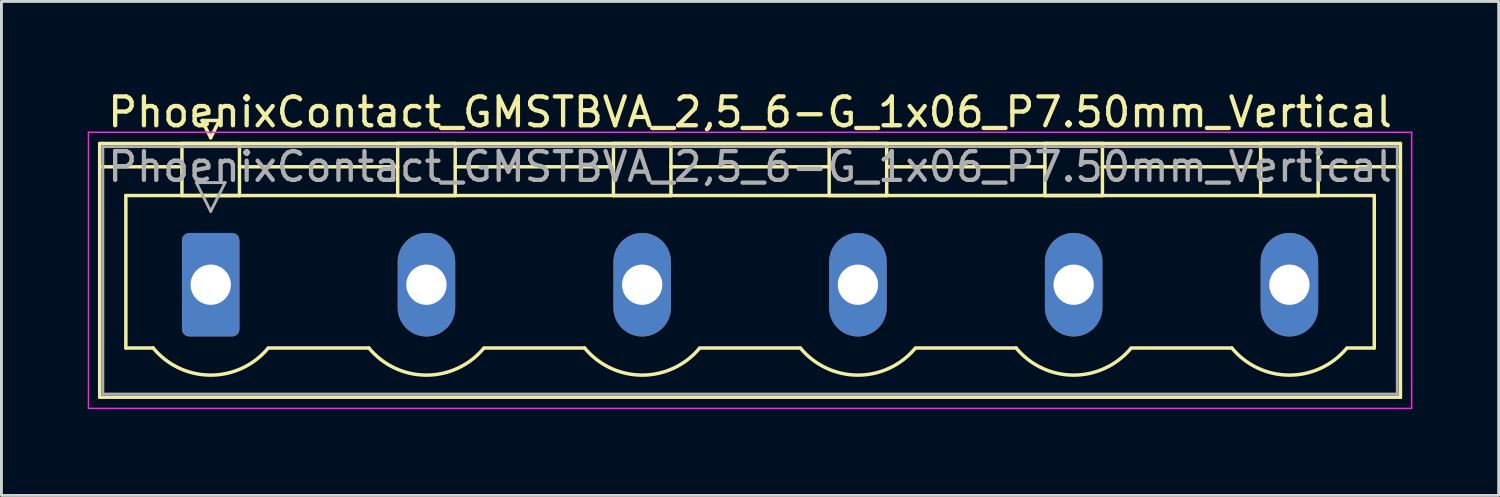
<source format=kicad_pcb>
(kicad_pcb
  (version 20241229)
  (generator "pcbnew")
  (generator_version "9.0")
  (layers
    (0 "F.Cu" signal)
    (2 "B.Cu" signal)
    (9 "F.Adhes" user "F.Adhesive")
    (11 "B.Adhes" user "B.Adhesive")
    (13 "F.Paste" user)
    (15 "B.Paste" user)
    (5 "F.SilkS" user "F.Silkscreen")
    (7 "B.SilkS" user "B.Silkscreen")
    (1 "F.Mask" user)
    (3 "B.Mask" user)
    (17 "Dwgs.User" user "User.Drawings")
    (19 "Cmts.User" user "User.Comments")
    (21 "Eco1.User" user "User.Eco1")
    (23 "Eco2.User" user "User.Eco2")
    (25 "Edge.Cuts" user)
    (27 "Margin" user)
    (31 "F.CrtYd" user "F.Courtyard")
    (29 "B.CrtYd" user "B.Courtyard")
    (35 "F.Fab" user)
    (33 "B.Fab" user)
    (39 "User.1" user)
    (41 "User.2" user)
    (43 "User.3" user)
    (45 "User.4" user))
  (footprint "PhoenixContact_GMSTBVA_2,5_6-G_1x06_P7.50mm_Vertical"
    (layer "F.Cu")
    (at 4.275 6.848)
    (property "Reference" "PhoenixContact_GMSTBVA_2,5_6-G_1x06_P7.50mm_Vertical" (at 18.75 -6 0) (layer "F.SilkS") (effects (font (size 1 1) (thickness 0.15))))
    (attr through_hole)
    (fp_line (start -3.86 -4.91) (end -3.86 3.91) (stroke (width 0.12) (type solid)) (layer "F.SilkS"))
    (fp_line (start -3.86 -4.1) (end -1.11 -4.1) (stroke (width 0.12) (type solid)) (layer "F.SilkS"))
    (fp_line (start -3.86 3.91) (end 41.36 3.91) (stroke (width 0.12) (type solid)) (layer "F.SilkS"))
    (fp_line (start -2.95 -3.1) (end 40.45 -3.1) (stroke (width 0.12) (type solid)) (layer "F.SilkS"))
    (fp_line (start -2.95 2.2) (end -2.95 -3.1) (stroke (width 0.12) (type solid)) (layer "F.SilkS"))
    (fp_line (start -2 2.2) (end -2.95 2.2) (stroke (width 0.12) (type solid)) (layer "F.SilkS"))
    (fp_line (start -1 -4.91) (end 1 -4.91) (stroke (width 0.12) (type solid)) (layer "F.SilkS"))
    (fp_line (start -1 -3.1) (end -1 -4.91) (stroke (width 0.12) (type solid)) (layer "F.SilkS"))
    (fp_line (start -0.3 -5.71) (end 0.3 -5.71) (stroke (width 0.12) (type solid)) (layer "F.SilkS"))
    (fp_line (start 0 -5.11) (end -0.3 -5.71) (stroke (width 0.12) (type solid)) (layer "F.SilkS"))
    (fp_line (start 0.3 -5.71) (end 0 -5.11) (stroke (width 0.12) (type solid)) (layer "F.SilkS"))
    (fp_line (start 1 -4.91) (end 1 -3.1) (stroke (width 0.12) (type solid)) (layer "F.SilkS"))
    (fp_line (start 1 -4.1) (end 6.5 -4.1) (stroke (width 0.12) (type solid)) (layer "F.SilkS"))
    (fp_line (start 1 -3.1) (end -1 -3.1) (stroke (width 0.12) (type solid)) (layer "F.SilkS"))
    (fp_line (start 2 2.2) (end 5.5 2.2) (stroke (width 0.12) (type solid)) (layer "F.SilkS"))
    (fp_line (start 6.5 -4.91) (end 8.5 -4.91) (stroke (width 0.12) (type solid)) (layer "F.SilkS"))
    (fp_line (start 6.5 -3.1) (end 6.5 -4.91) (stroke (width 0.12) (type solid)) (layer "F.SilkS"))
    (fp_line (start 8.5 -4.91) (end 8.5 -3.1) (stroke (width 0.12) (type solid)) (layer "F.SilkS"))
    (fp_line (start 8.5 -4.1) (end 14 -4.1) (stroke (width 0.12) (type solid)) (layer "F.SilkS"))
    (fp_line (start 8.5 -3.1) (end 6.5 -3.1) (stroke (width 0.12) (type solid)) (layer "F.SilkS"))
    (fp_line (start 9.5 2.2) (end 13 2.2) (stroke (width 0.12) (type solid)) (layer "F.SilkS"))
    (fp_line (start 14 -4.91) (end 16 -4.91) (stroke (width 0.12) (type solid)) (layer "F.SilkS"))
    (fp_line (start 14 -3.1) (end 14 -4.91) (stroke (width 0.12) (type solid)) (layer "F.SilkS"))
    (fp_line (start 16 -4.91) (end 16 -3.1) (stroke (width 0.12) (type solid)) (layer "F.SilkS"))
    (fp_line (start 16 -4.1) (end 21.5 -4.1) (stroke (width 0.12) (type solid)) (layer "F.SilkS"))
    (fp_line (start 16 -3.1) (end 14 -3.1) (stroke (width 0.12) (type solid)) (layer "F.SilkS"))
    (fp_line (start 17 2.2) (end 20.5 2.2) (stroke (width 0.12) (type solid)) (layer "F.SilkS"))
    (fp_line (start 21.5 -4.91) (end 23.5 -4.91) (stroke (width 0.12) (type solid)) (layer "F.SilkS"))
    (fp_line (start 21.5 -3.1) (end 21.5 -4.91) (stroke (width 0.12) (type solid)) (layer "F.SilkS"))
    (fp_line (start 23.5 -4.91) (end 23.5 -3.1) (stroke (width 0.12) (type solid)) (layer "F.SilkS"))
    (fp_line (start 23.5 -4.1) (end 29 -4.1) (stroke (width 0.12) (type solid)) (layer "F.SilkS"))
    (fp_line (start 23.5 -3.1) (end 21.5 -3.1) (stroke (width 0.12) (type solid)) (layer "F.SilkS"))
    (fp_line (start 24.5 2.2) (end 28 2.2) (stroke (width 0.12) (type solid)) (layer "F.SilkS"))
    (fp_line (start 29 -4.91) (end 31 -4.91) (stroke (width 0.12) (type solid)) (layer "F.SilkS"))
    (fp_line (start 29 -3.1) (end 29 -4.91) (stroke (width 0.12) (type solid)) (layer "F.SilkS"))
    (fp_line (start 31 -4.91) (end 31 -3.1) (stroke (width 0.12) (type solid)) (layer "F.SilkS"))
    (fp_line (start 31 -4.1) (end 36.5 -4.1) (stroke (width 0.12) (type solid)) (layer "F.SilkS"))
    (fp_line (start 31 -3.1) (end 29 -3.1) (stroke (width 0.12) (type solid)) (layer "F.SilkS"))
    (fp_line (start 32 2.2) (end 35.5 2.2) (stroke (width 0.12) (type solid)) (layer "F.SilkS"))
    (fp_line (start 36.5 -4.91) (end 38.5 -4.91) (stroke (width 0.12) (type solid)) (layer "F.SilkS"))
    (fp_line (start 36.5 -3.1) (end 36.5 -4.91) (stroke (width 0.12) (type solid)) (layer "F.SilkS"))
    (fp_line (start 38.5 -4.91) (end 38.5 -3.1) (stroke (width 0.12) (type solid)) (layer "F.SilkS"))
    (fp_line (start 38.5 -3.1) (end 36.5 -3.1) (stroke (width 0.12) (type solid)) (layer "F.SilkS"))
    (fp_line (start 40.45 -3.1) (end 40.45 2.2) (stroke (width 0.12) (type solid)) (layer "F.SilkS"))
    (fp_line (start 40.45 2.2) (end 39.5 2.2) (stroke (width 0.12) (type solid)) (layer "F.SilkS"))
    (fp_line (start 41.36 -4.91) (end -3.86 -4.91) (stroke (width 0.12) (type solid)) (layer "F.SilkS"))
    (fp_line (start 41.36 -4.1) (end 38.61 -4.1) (stroke (width 0.12) (type solid)) (layer "F.SilkS"))
    (fp_line (start 41.36 3.91) (end 41.36 -4.91) (stroke (width 0.12) (type solid)) (layer "F.SilkS"))
    (fp_arc (start 1.986842 2.215821) (mid -0.010289 3.142758) (end -2 2.2) (stroke (width 0.12) (type solid)) (layer "F.SilkS"))
    (fp_arc (start 9.486842 2.215821) (mid 7.489711 3.142758) (end 5.5 2.2) (stroke (width 0.12) (type solid)) (layer "F.SilkS"))
    (fp_arc (start 16.986842 2.215821) (mid 14.989711 3.142758) (end 13 2.2) (stroke (width 0.12) (type solid)) (layer "F.SilkS"))
    (fp_arc (start 24.486842 2.215821) (mid 22.489711 3.142758) (end 20.5 2.2) (stroke (width 0.12) (type solid)) (layer "F.SilkS"))
    (fp_arc (start 31.986842 2.215821) (mid 29.989711 3.142758) (end 28 2.2) (stroke (width 0.12) (type solid)) (layer "F.SilkS"))
    (fp_arc (start 39.486842 2.215821) (mid 37.489711 3.142758) (end 35.5 2.2) (stroke (width 0.12) (type solid)) (layer "F.SilkS"))
    (fp_line (start -4.25 -5.3) (end -4.25 4.3) (stroke (width 0.05) (type solid)) (layer "F.CrtYd"))
    (fp_line (start -4.25 4.3) (end 41.75 4.3) (stroke (width 0.05) (type solid)) (layer "F.CrtYd"))
    (fp_line (start 41.75 -5.3) (end -4.25 -5.3) (stroke (width 0.05) (type solid)) (layer "F.CrtYd"))
    (fp_line (start 41.75 4.3) (end 41.75 -5.3) (stroke (width 0.05) (type solid)) (layer "F.CrtYd"))
    (fp_line (start -3.75 -4.8) (end -3.75 3.8) (stroke (width 0.1) (type solid)) (layer "F.Fab"))
    (fp_line (start -3.75 3.8) (end 41.25 3.8) (stroke (width 0.1) (type solid)) (layer "F.Fab"))
    (fp_line (start -0.5 -3.55) (end 0.5 -3.55) (stroke (width 0.1) (type solid)) (layer "F.Fab"))
    (fp_line (start 0 -2.55) (end -0.5 -3.55) (stroke (width 0.1) (type solid)) (layer "F.Fab"))
    (fp_line (start 0.5 -3.55) (end 0 -2.55) (stroke (width 0.1) (type solid)) (layer "F.Fab"))
    (fp_line (start 41.25 -4.8) (end -3.75 -4.8) (stroke (width 0.1) (type solid)) (layer "F.Fab"))
    (fp_line (start 41.25 3.8) (end 41.25 -4.8) (stroke (width 0.1) (type solid)) (layer "F.Fab"))
    (fp_text user "${REFERENCE}" (at 18.75 -4.1 0) (layer "F.Fab") (effects (font (size 1 1) (thickness 0.15))))
    (pad "1" thru_hole roundrect (at 0 0) (size 2 3.6) (drill 1.4) (layers "*.Cu" "*.Mask") (roundrect_rratio 0.125))
    (pad "2" thru_hole oval (at 7.5 0) (size 2 3.6) (drill 1.4) (layers "*.Cu" "*.Mask"))
    (pad "3" thru_hole oval (at 15 0) (size 2 3.6) (drill 1.4) (layers "*.Cu" "*.Mask"))
    (pad "4" thru_hole oval (at 22.5 0) (size 2 3.6) (drill 1.4) (layers "*.Cu" "*.Mask"))
    (pad "5" thru_hole oval (at 30 0) (size 2 3.6) (drill 1.4) (layers "*.Cu" "*.Mask"))
    (pad "6" thru_hole oval (at 37.5 0) (size 2 3.6) (drill 1.4) (layers "*.Cu" "*.Mask")))
  (gr_rect
    (start -3 -3)
    (end 49.05 14.173)
    (stroke (width 0.1) (type default))
    (fill no)
    (layer "Edge.Cuts")))
</source>
